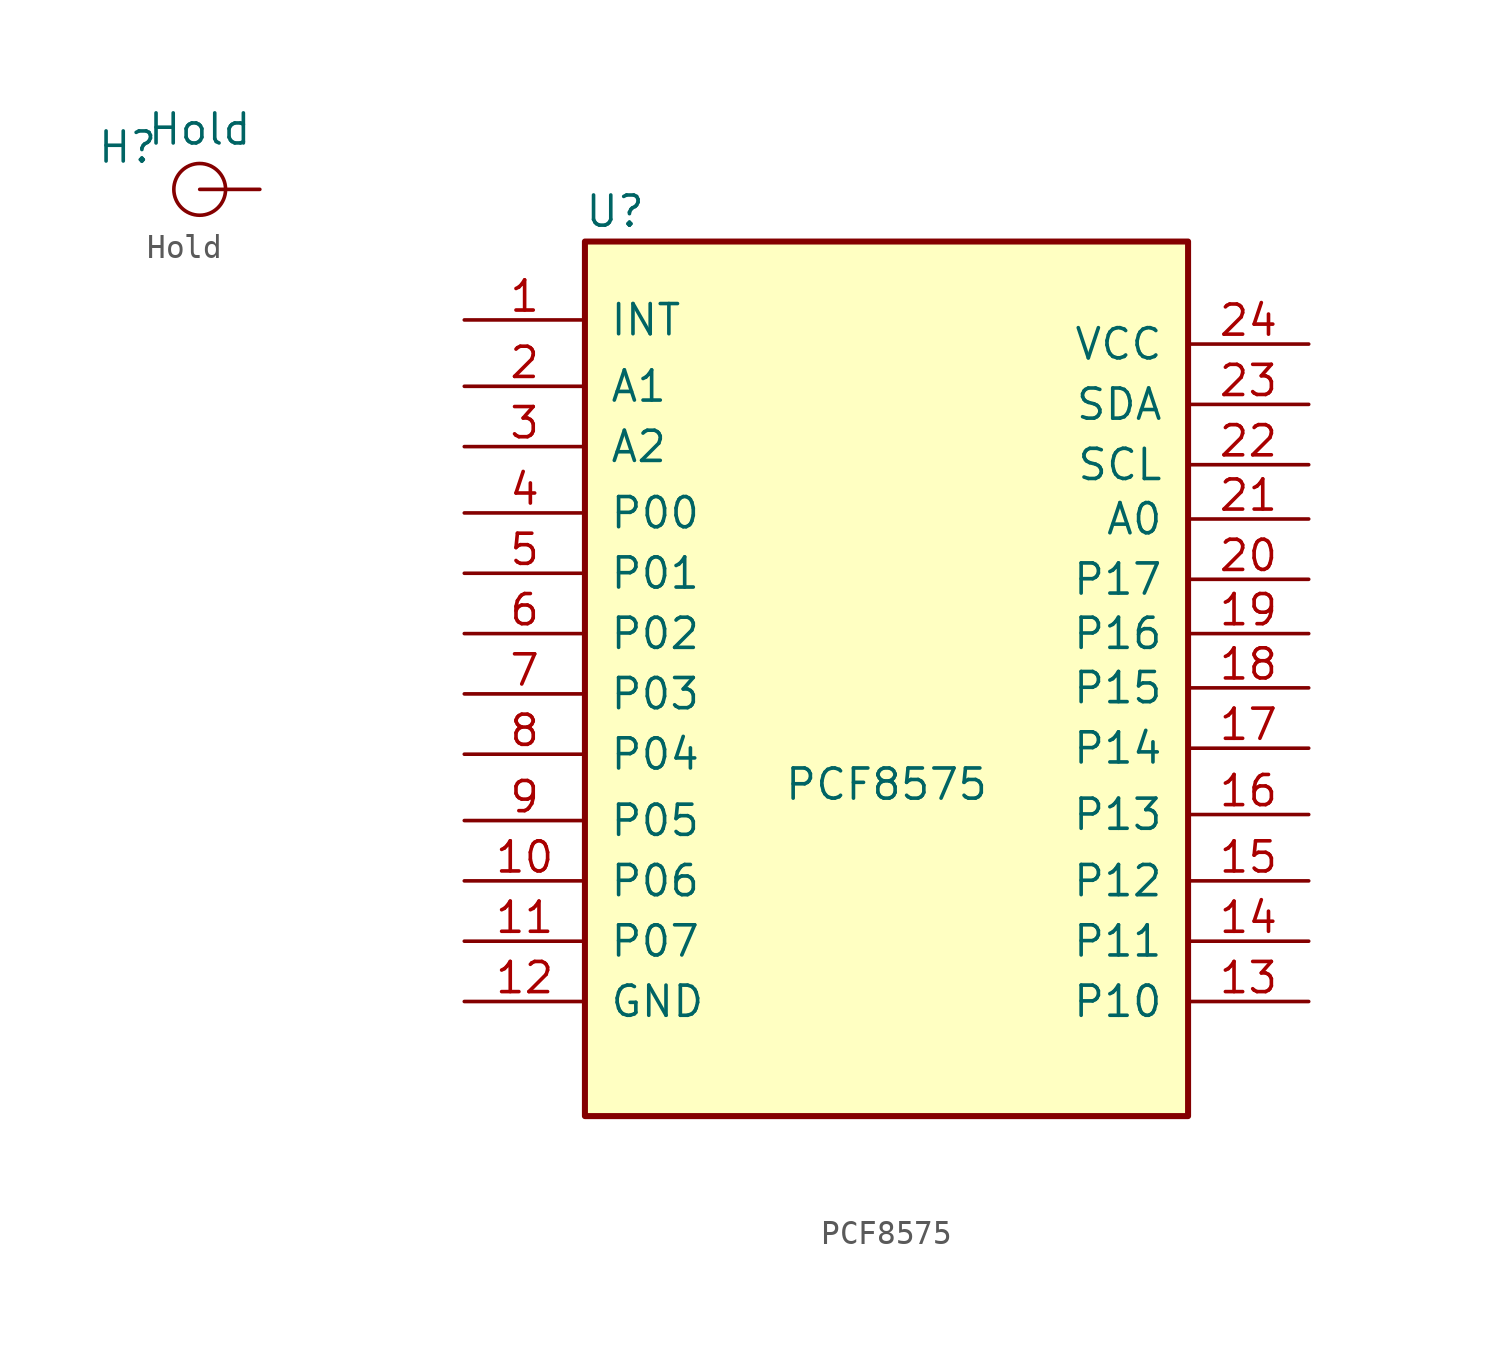
<source format=kicad_sym>
(kicad_symbol_lib
  (version 20211014)
  (generator kicad_symbol_editor)
  (symbol "Hold"
    (property "Reference" "H"
      (at -3.048 1.778 0)
      (effects (font (size 1.27 1.27))))
    (property "Value" "Hold"
      (at 0 2.54 0)
      (effects (font (size 1.27 1.27))))
    (symbol "Hold_0_1"
      (circle (center 0 0) (radius 1.093) (stroke (width 0) (type default) (color 0 0 0 0)) (fill (type none))))
    (symbol "Hold_1_1"
      (pin passive line (at 0 0 0) (length 2.54) (name "" (effects (font (size 1.27 1.27)))) (number "" (effects (font (size 1.27 1.27)))))))
  (symbol "PCF8575"
    (pin_names
      (offset 1.016))
    (property "Reference" "U"
      (at -11.43 16.51 0)
      (effects (font (size 1.27 1.27))))
    (property "Value" "PCF8575"
      (at 0 -7.62 0)
      (effects (font (size 1.27 1.27))))
    (symbol "PCF8575_0_1"
      (rectangle (start -12.7 15.24) (end 12.7 -21.59) (stroke (width 0.254) (type default) (color 0 0 0 0)) (fill (type background))))
    (symbol "PCF8575_1_1"
      (pin bidirectional line (at -17.78 11.938 0) (length 5.08) (name "INT" (effects (font (size 1.27 1.27)))) (number "1" (effects (font (size 1.27 1.27)))))
      (pin power_in line (at -17.78 -11.684 0) (length 5.08) (name "P06" (effects (font (size 1.27 1.27)))) (number "10" (effects (font (size 1.27 1.27)))))
      (pin input line (at -17.78 -14.224 0) (length 5.08) (name "P07" (effects (font (size 1.27 1.27)))) (number "11" (effects (font (size 1.27 1.27)))))
      (pin input line (at -17.78 -16.764 0) (length 5.08) (name "GND" (effects (font (size 1.27 1.27)))) (number "12" (effects (font (size 1.27 1.27)))))
      (pin bidirectional line (at 17.78 -16.764 180) (length 5.08) (name "P10" (effects (font (size 1.27 1.27)))) (number "13" (effects (font (size 1.27 1.27)))))
      (pin bidirectional line (at 17.78 -14.224 180) (length 5.08) (name "P11" (effects (font (size 1.27 1.27)))) (number "14" (effects (font (size 1.27 1.27)))))
      (pin input line (at 17.78 -11.684 180) (length 5.08) (name "P12" (effects (font (size 1.27 1.27)))) (number "15" (effects (font (size 1.27 1.27)))))
      (pin input line (at 17.78 -8.89 180) (length 5.08) (name "P13" (effects (font (size 1.27 1.27)))) (number "16" (effects (font (size 1.27 1.27)))))
      (pin input line (at 17.78 -6.096 180) (length 5.08) (name "P14" (effects (font (size 1.27 1.27)))) (number "17" (effects (font (size 1.27 1.27)))))
      (pin input line (at 17.78 -3.556 180) (length 5.08) (name "P15" (effects (font (size 1.27 1.27)))) (number "18" (effects (font (size 1.27 1.27)))))
      (pin tri_state line (at 17.78 -1.27 180) (length 5.08) (name "P16" (effects (font (size 1.27 1.27)))) (number "19" (effects (font (size 1.27 1.27)))))
      (pin bidirectional line (at -17.78 9.144 0) (length 5.08) (name "A1" (effects (font (size 1.27 1.27)))) (number "2" (effects (font (size 1.27 1.27)))))
      (pin tri_state line (at 17.78 1.016 180) (length 5.08) (name "P17" (effects (font (size 1.27 1.27)))) (number "20" (effects (font (size 1.27 1.27)))))
      (pin bidirectional line (at 17.78 3.556 180) (length 5.08) (name "A0" (effects (font (size 1.27 1.27)))) (number "21" (effects (font (size 1.27 1.27)))))
      (pin bidirectional line (at 17.78 5.842 180) (length 5.08) (name "SCL" (effects (font (size 1.27 1.27)))) (number "22" (effects (font (size 1.27 1.27)))))
      (pin bidirectional line (at 17.78 8.382 180) (length 5.08) (name "SDA" (effects (font (size 1.27 1.27)))) (number "23" (effects (font (size 1.27 1.27)))))
      (pin bidirectional line (at 17.78 10.922 180) (length 5.08) (name "VCC" (effects (font (size 1.27 1.27)))) (number "24" (effects (font (size 1.27 1.27)))))
      (pin bidirectional line (at -17.78 6.604 0) (length 5.08) (name "A2" (effects (font (size 1.27 1.27)))) (number "3" (effects (font (size 1.27 1.27)))))
      (pin bidirectional line (at -17.78 3.81 0) (length 5.08) (name "P00" (effects (font (size 1.27 1.27)))) (number "4" (effects (font (size 1.27 1.27)))))
      (pin bidirectional line (at -17.78 1.27 0) (length 5.08) (name "P01" (effects (font (size 1.27 1.27)))) (number "5" (effects (font (size 1.27 1.27)))))
      (pin bidirectional line (at -17.78 -1.27 0) (length 5.08) (name "P02" (effects (font (size 1.27 1.27)))) (number "6" (effects (font (size 1.27 1.27)))))
      (pin bidirectional line (at -17.78 -3.81 0) (length 5.08) (name "P03" (effects (font (size 1.27 1.27)))) (number "7" (effects (font (size 1.27 1.27)))))
      (pin bidirectional line (at -17.78 -6.35 0) (length 5.08) (name "P04" (effects (font (size 1.27 1.27)))) (number "8" (effects (font (size 1.27 1.27)))))
      (pin power_in line (at -17.78 -9.144 0) (length 5.08) (name "P05" (effects (font (size 1.27 1.27)))) (number "9" (effects (font (size 1.27 1.27))))))))
</source>
